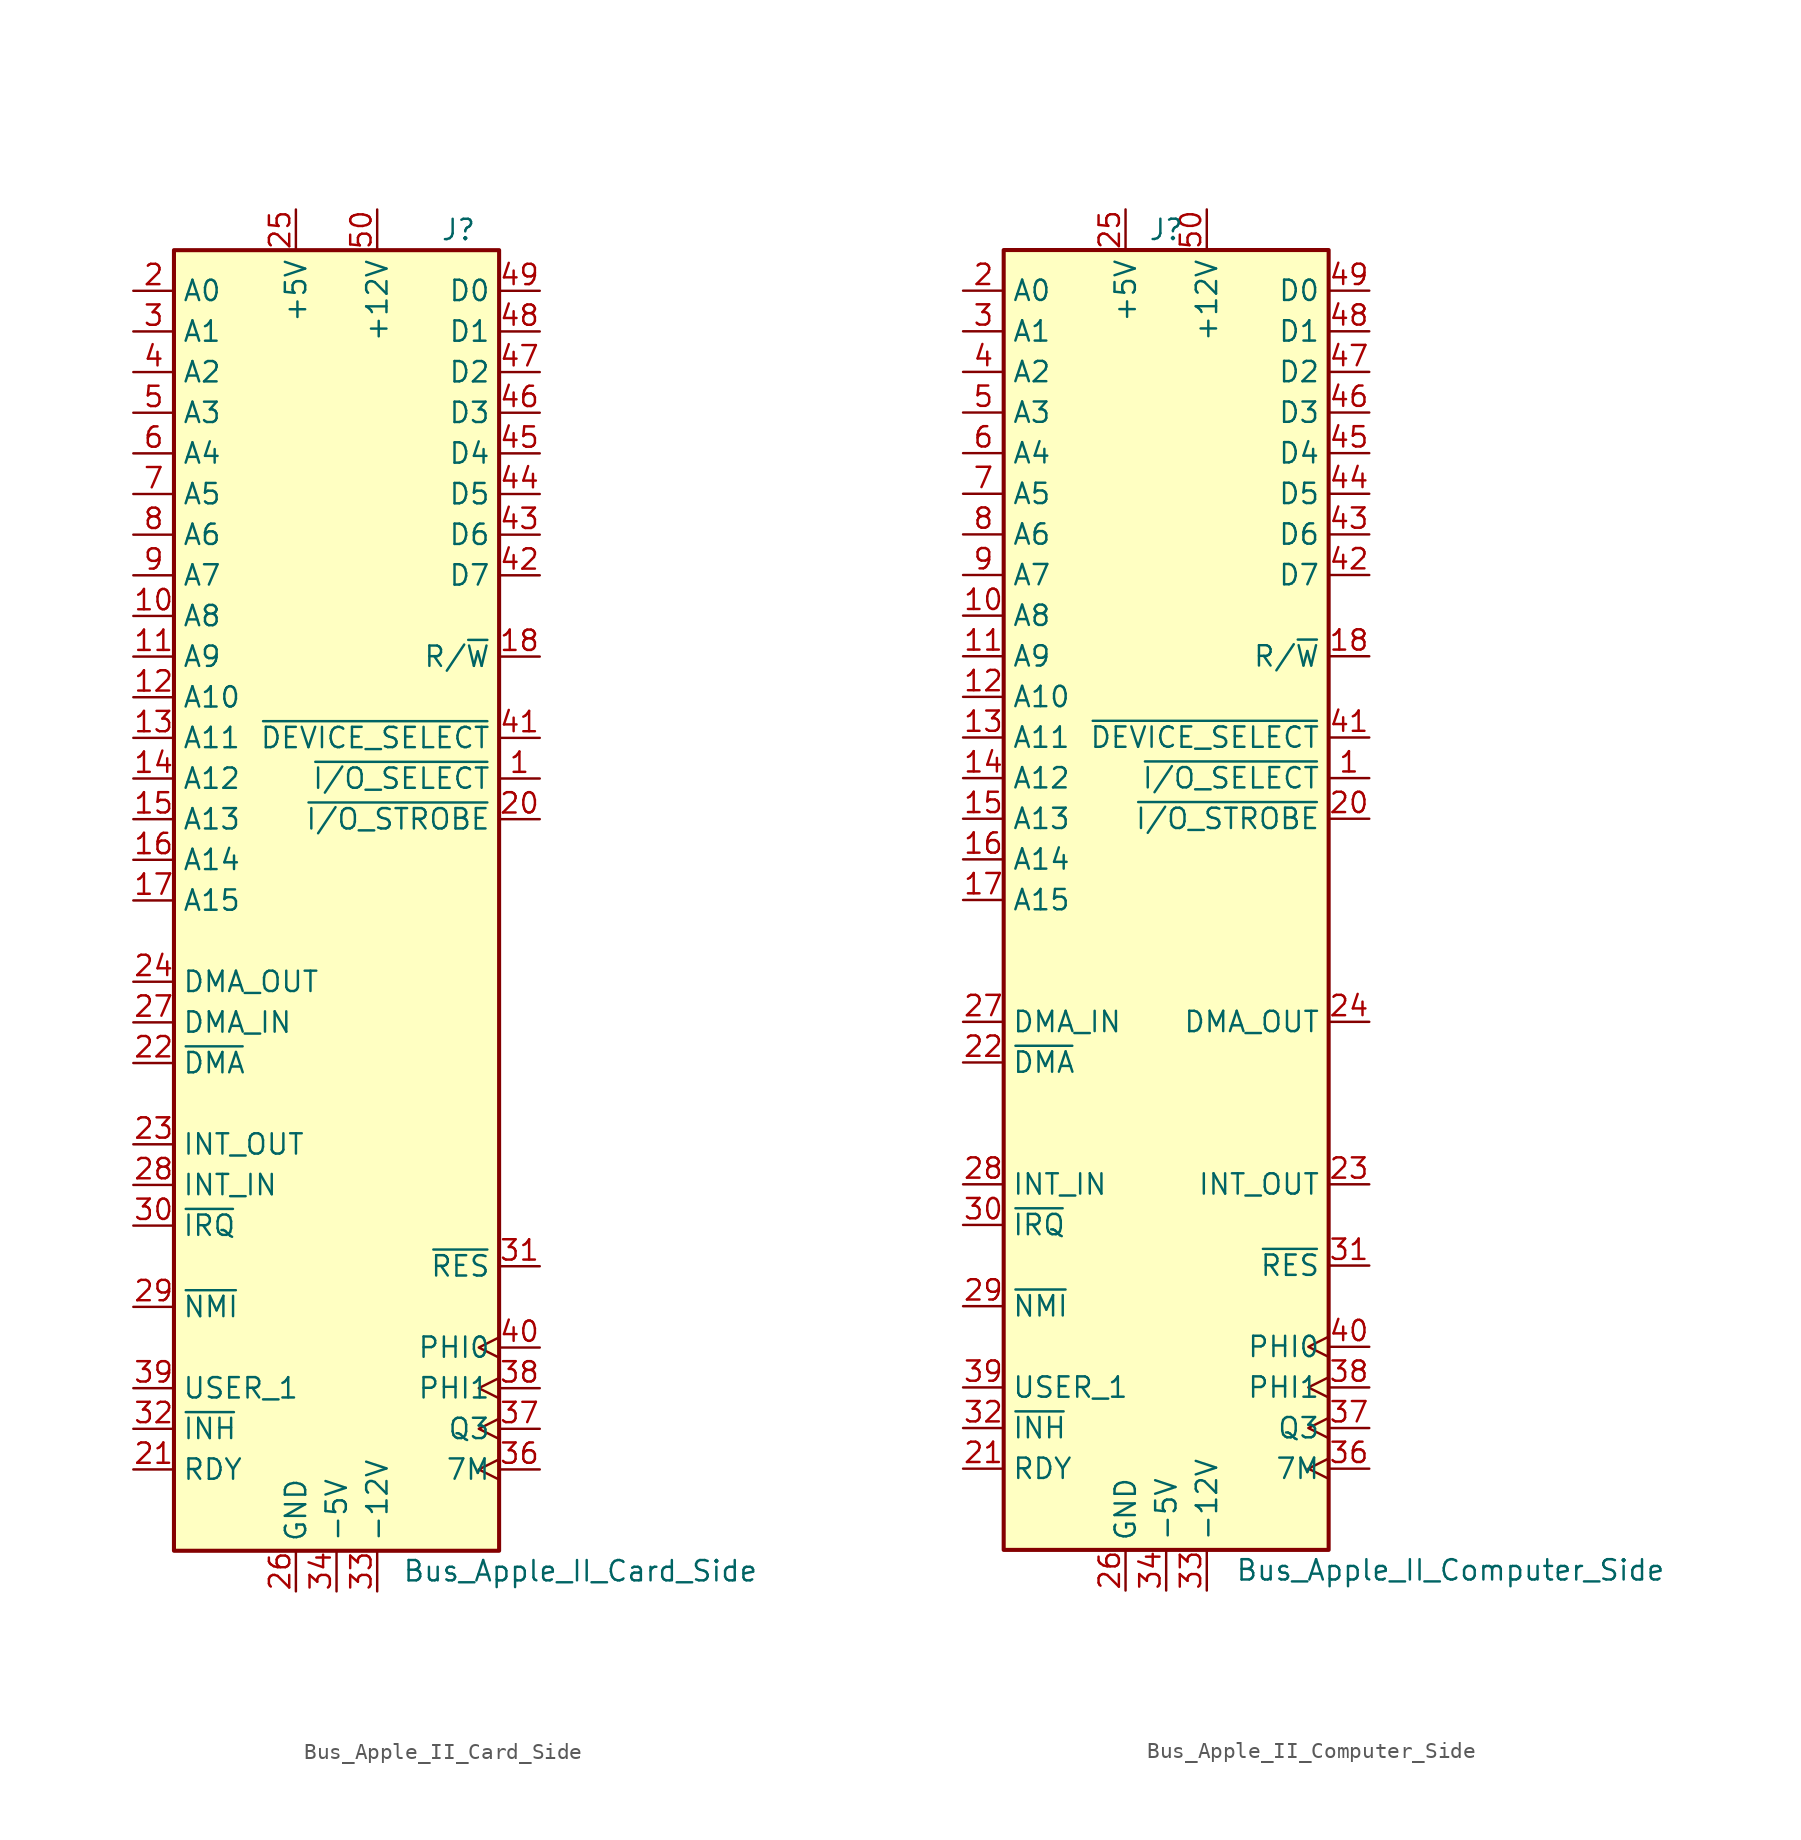
<source format=kicad_sym>
(kicad_symbol_lib
  (version 20211014)
  (generator kicad_symbol_editor)
  (symbol "Bus_Apple_II_Card_Side"
    (property "Reference" "J"
      (at 7.62 41.91 0)
      (effects (font (size 1.27 1.27))))
    (property "Value" "Bus_Apple_II_Card_Side"
      (at 15.24 -41.91 0)
      (effects (font (size 1.27 1.27))))
    (symbol "Bus_Apple_II_Card_Side_0_1"
      (rectangle (start -10.16 40.64) (end 10.16 -40.64) (stroke (width 0.254) (type default) (color 0 0 0 0)) (fill (type background))))
    (symbol "Bus_Apple_II_Card_Side_1_1"
      (pin output line (at 12.7 7.62 180) (length 2.54) (name "~{I/O_SELECT}" (effects (font (size 1.27 1.27)))) (number "1" (effects (font (size 1.27 1.27)))))
      (pin bidirectional line (at -12.7 17.78 0) (length 2.54) (name "A8" (effects (font (size 1.27 1.27)))) (number "10" (effects (font (size 1.27 1.27)))))
      (pin bidirectional line (at -12.7 15.24 0) (length 2.54) (name "A9" (effects (font (size 1.27 1.27)))) (number "11" (effects (font (size 1.27 1.27)))))
      (pin bidirectional line (at -12.7 12.7 0) (length 2.54) (name "A10" (effects (font (size 1.27 1.27)))) (number "12" (effects (font (size 1.27 1.27)))))
      (pin bidirectional line (at -12.7 10.16 0) (length 2.54) (name "A11" (effects (font (size 1.27 1.27)))) (number "13" (effects (font (size 1.27 1.27)))))
      (pin bidirectional line (at -12.7 7.62 0) (length 2.54) (name "A12" (effects (font (size 1.27 1.27)))) (number "14" (effects (font (size 1.27 1.27)))))
      (pin bidirectional line (at -12.7 5.08 0) (length 2.54) (name "A13" (effects (font (size 1.27 1.27)))) (number "15" (effects (font (size 1.27 1.27)))))
      (pin bidirectional line (at -12.7 2.54 0) (length 2.54) (name "A14" (effects (font (size 1.27 1.27)))) (number "16" (effects (font (size 1.27 1.27)))))
      (pin bidirectional line (at -12.7 0 0) (length 2.54) (name "A15" (effects (font (size 1.27 1.27)))) (number "17" (effects (font (size 1.27 1.27)))))
      (pin bidirectional line (at 12.7 15.24 180) (length 2.54) (name "R/~{W}" (effects (font (size 1.27 1.27)))) (number "18" (effects (font (size 1.27 1.27)))))
      (pin no_connect line (at 10.16 2.54 180) (length 2.54) hide (name "N.C." (effects (font (size 1.27 1.27)))) (number "19" (effects (font (size 1.27 1.27)))))
      (pin bidirectional line (at -12.7 38.1 0) (length 2.54) (name "A0" (effects (font (size 1.27 1.27)))) (number "2" (effects (font (size 1.27 1.27)))))
      (pin output line (at 12.7 5.08 180) (length 2.54) (name "~{I/O_STROBE}" (effects (font (size 1.27 1.27)))) (number "20" (effects (font (size 1.27 1.27)))))
      (pin input line (at -12.7 -35.56 0) (length 2.54) (name "RDY" (effects (font (size 1.27 1.27)))) (number "21" (effects (font (size 1.27 1.27)))))
      (pin input line (at -12.7 -10.16 0) (length 2.54) (name "~{DMA}" (effects (font (size 1.27 1.27)))) (number "22" (effects (font (size 1.27 1.27)))))
      (pin input line (at -12.7 -15.24 0) (length 2.54) (name "INT_OUT" (effects (font (size 1.27 1.27)))) (number "23" (effects (font (size 1.27 1.27)))))
      (pin input line (at -12.7 -5.08 0) (length 2.54) (name "DMA_OUT" (effects (font (size 1.27 1.27)))) (number "24" (effects (font (size 1.27 1.27)))))
      (pin power_out line (at -2.54 43.18 270) (length 2.54) (name "+5V" (effects (font (size 1.27 1.27)))) (number "25" (effects (font (size 1.27 1.27)))))
      (pin power_in line (at -2.54 -43.18 90) (length 2.54) (name "GND" (effects (font (size 1.27 1.27)))) (number "26" (effects (font (size 1.27 1.27)))))
      (pin output line (at -12.7 -7.62 0) (length 2.54) (name "DMA_IN" (effects (font (size 1.27 1.27)))) (number "27" (effects (font (size 1.27 1.27)))))
      (pin output line (at -12.7 -17.78 0) (length 2.54) (name "INT_IN" (effects (font (size 1.27 1.27)))) (number "28" (effects (font (size 1.27 1.27)))))
      (pin input line (at -12.7 -25.4 0) (length 2.54) (name "~{NMI}" (effects (font (size 1.27 1.27)))) (number "29" (effects (font (size 1.27 1.27)))))
      (pin bidirectional line (at -12.7 35.56 0) (length 2.54) (name "A1" (effects (font (size 1.27 1.27)))) (number "3" (effects (font (size 1.27 1.27)))))
      (pin input line (at -12.7 -20.32 0) (length 2.54) (name "~{IRQ}" (effects (font (size 1.27 1.27)))) (number "30" (effects (font (size 1.27 1.27)))))
      (pin bidirectional line (at 12.7 -22.86 180) (length 2.54) (name "~{RES}" (effects (font (size 1.27 1.27)))) (number "31" (effects (font (size 1.27 1.27)))))
      (pin input line (at -12.7 -33.02 0) (length 2.54) (name "~{INH}" (effects (font (size 1.27 1.27)))) (number "32" (effects (font (size 1.27 1.27)))))
      (pin power_out line (at 2.54 -43.18 90) (length 2.54) (name "-12V" (effects (font (size 1.27 1.27)))) (number "33" (effects (font (size 1.27 1.27)))))
      (pin power_out line (at 0 -43.18 90) (length 2.54) (name "-5V" (effects (font (size 1.27 1.27)))) (number "34" (effects (font (size 1.27 1.27)))))
      (pin no_connect line (at 10.16 0 180) (length 2.54) hide (name "N.C." (effects (font (size 1.27 1.27)))) (number "35" (effects (font (size 1.27 1.27)))))
      (pin output clock (at 12.7 -35.56 180) (length 2.54) (name "7M" (effects (font (size 1.27 1.27)))) (number "36" (effects (font (size 1.27 1.27)))))
      (pin output clock (at 12.7 -33.02 180) (length 2.54) (name "Q3" (effects (font (size 1.27 1.27)))) (number "37" (effects (font (size 1.27 1.27)))))
      (pin output clock (at 12.7 -30.48 180) (length 2.54) (name "PHI1" (effects (font (size 1.27 1.27)))) (number "38" (effects (font (size 1.27 1.27)))))
      (pin input line (at -12.7 -30.48 0) (length 2.54) (name "USER_1" (effects (font (size 1.27 1.27)))) (number "39" (effects (font (size 1.27 1.27)))))
      (pin bidirectional line (at -12.7 33.02 0) (length 2.54) (name "A2" (effects (font (size 1.27 1.27)))) (number "4" (effects (font (size 1.27 1.27)))))
      (pin output clock (at 12.7 -27.94 180) (length 2.54) (name "PHI0" (effects (font (size 1.27 1.27)))) (number "40" (effects (font (size 1.27 1.27)))))
      (pin output line (at 12.7 10.16 180) (length 2.54) (name "~{DEVICE_SELECT}" (effects (font (size 1.27 1.27)))) (number "41" (effects (font (size 1.27 1.27)))))
      (pin bidirectional line (at 12.7 20.32 180) (length 2.54) (name "D7" (effects (font (size 1.27 1.27)))) (number "42" (effects (font (size 1.27 1.27)))))
      (pin bidirectional line (at 12.7 22.86 180) (length 2.54) (name "D6" (effects (font (size 1.27 1.27)))) (number "43" (effects (font (size 1.27 1.27)))))
      (pin bidirectional line (at 12.7 25.4 180) (length 2.54) (name "D5" (effects (font (size 1.27 1.27)))) (number "44" (effects (font (size 1.27 1.27)))))
      (pin bidirectional line (at 12.7 27.94 180) (length 2.54) (name "D4" (effects (font (size 1.27 1.27)))) (number "45" (effects (font (size 1.27 1.27)))))
      (pin bidirectional line (at 12.7 30.48 180) (length 2.54) (name "D3" (effects (font (size 1.27 1.27)))) (number "46" (effects (font (size 1.27 1.27)))))
      (pin bidirectional line (at 12.7 33.02 180) (length 2.54) (name "D2" (effects (font (size 1.27 1.27)))) (number "47" (effects (font (size 1.27 1.27)))))
      (pin bidirectional line (at 12.7 35.56 180) (length 2.54) (name "D1" (effects (font (size 1.27 1.27)))) (number "48" (effects (font (size 1.27 1.27)))))
      (pin bidirectional line (at 12.7 38.1 180) (length 2.54) (name "D0" (effects (font (size 1.27 1.27)))) (number "49" (effects (font (size 1.27 1.27)))))
      (pin bidirectional line (at -12.7 30.48 0) (length 2.54) (name "A3" (effects (font (size 1.27 1.27)))) (number "5" (effects (font (size 1.27 1.27)))))
      (pin power_out line (at 2.54 43.18 270) (length 2.54) (name "+12V" (effects (font (size 1.27 1.27)))) (number "50" (effects (font (size 1.27 1.27)))))
      (pin bidirectional line (at -12.7 27.94 0) (length 2.54) (name "A4" (effects (font (size 1.27 1.27)))) (number "6" (effects (font (size 1.27 1.27)))))
      (pin bidirectional line (at -12.7 25.4 0) (length 2.54) (name "A5" (effects (font (size 1.27 1.27)))) (number "7" (effects (font (size 1.27 1.27)))))
      (pin bidirectional line (at -12.7 22.86 0) (length 2.54) (name "A6" (effects (font (size 1.27 1.27)))) (number "8" (effects (font (size 1.27 1.27)))))
      (pin bidirectional line (at -12.7 20.32 0) (length 2.54) (name "A7" (effects (font (size 1.27 1.27)))) (number "9" (effects (font (size 1.27 1.27)))))))
  (symbol "Bus_Apple_II_Computer_Side"
    (property "Reference" "J"
      (at 0 41.91 0)
      (effects (font (size 1.27 1.27))))
    (property "Value" "Bus_Apple_II_Computer_Side"
      (at 17.78 -41.91 0)
      (effects (font (size 1.27 1.27))))
    (symbol "Bus_Apple_II_Computer_Side_0_1"
      (rectangle (start -10.16 40.64) (end 10.16 -40.64) (stroke (width 0.254) (type default) (color 0 0 0 0)) (fill (type background))))
    (symbol "Bus_Apple_II_Computer_Side_1_1"
      (pin input line (at 12.7 7.62 180) (length 2.54) (name "~{I/O_SELECT}" (effects (font (size 1.27 1.27)))) (number "1" (effects (font (size 1.27 1.27)))))
      (pin bidirectional line (at -12.7 17.78 0) (length 2.54) (name "A8" (effects (font (size 1.27 1.27)))) (number "10" (effects (font (size 1.27 1.27)))))
      (pin bidirectional line (at -12.7 15.24 0) (length 2.54) (name "A9" (effects (font (size 1.27 1.27)))) (number "11" (effects (font (size 1.27 1.27)))))
      (pin bidirectional line (at -12.7 12.7 0) (length 2.54) (name "A10" (effects (font (size 1.27 1.27)))) (number "12" (effects (font (size 1.27 1.27)))))
      (pin bidirectional line (at -12.7 10.16 0) (length 2.54) (name "A11" (effects (font (size 1.27 1.27)))) (number "13" (effects (font (size 1.27 1.27)))))
      (pin bidirectional line (at -12.7 7.62 0) (length 2.54) (name "A12" (effects (font (size 1.27 1.27)))) (number "14" (effects (font (size 1.27 1.27)))))
      (pin bidirectional line (at -12.7 5.08 0) (length 2.54) (name "A13" (effects (font (size 1.27 1.27)))) (number "15" (effects (font (size 1.27 1.27)))))
      (pin bidirectional line (at -12.7 2.54 0) (length 2.54) (name "A14" (effects (font (size 1.27 1.27)))) (number "16" (effects (font (size 1.27 1.27)))))
      (pin bidirectional line (at -12.7 0 0) (length 2.54) (name "A15" (effects (font (size 1.27 1.27)))) (number "17" (effects (font (size 1.27 1.27)))))
      (pin bidirectional line (at 12.7 15.24 180) (length 2.54) (name "R/~{W}" (effects (font (size 1.27 1.27)))) (number "18" (effects (font (size 1.27 1.27)))))
      (pin no_connect line (at 10.16 2.54 180) (length 2.54) hide (name "N.C." (effects (font (size 1.27 1.27)))) (number "19" (effects (font (size 1.27 1.27)))))
      (pin bidirectional line (at -12.7 38.1 0) (length 2.54) (name "A0" (effects (font (size 1.27 1.27)))) (number "2" (effects (font (size 1.27 1.27)))))
      (pin input line (at 12.7 5.08 180) (length 2.54) (name "~{I/O_STROBE}" (effects (font (size 1.27 1.27)))) (number "20" (effects (font (size 1.27 1.27)))))
      (pin open_collector line (at -12.7 -35.56 0) (length 2.54) (name "RDY" (effects (font (size 1.27 1.27)))) (number "21" (effects (font (size 1.27 1.27)))))
      (pin open_collector line (at -12.7 -10.16 0) (length 2.54) (name "~{DMA}" (effects (font (size 1.27 1.27)))) (number "22" (effects (font (size 1.27 1.27)))))
      (pin output line (at 12.7 -17.78 180) (length 2.54) (name "INT_OUT" (effects (font (size 1.27 1.27)))) (number "23" (effects (font (size 1.27 1.27)))))
      (pin output line (at 12.7 -7.62 180) (length 2.54) (name "DMA_OUT" (effects (font (size 1.27 1.27)))) (number "24" (effects (font (size 1.27 1.27)))))
      (pin power_in line (at -2.54 43.18 270) (length 2.54) (name "+5V" (effects (font (size 1.27 1.27)))) (number "25" (effects (font (size 1.27 1.27)))))
      (pin power_in line (at -2.54 -43.18 90) (length 2.54) (name "GND" (effects (font (size 1.27 1.27)))) (number "26" (effects (font (size 1.27 1.27)))))
      (pin input line (at -12.7 -7.62 0) (length 2.54) (name "DMA_IN" (effects (font (size 1.27 1.27)))) (number "27" (effects (font (size 1.27 1.27)))))
      (pin input line (at -12.7 -17.78 0) (length 2.54) (name "INT_IN" (effects (font (size 1.27 1.27)))) (number "28" (effects (font (size 1.27 1.27)))))
      (pin open_collector line (at -12.7 -25.4 0) (length 2.54) (name "~{NMI}" (effects (font (size 1.27 1.27)))) (number "29" (effects (font (size 1.27 1.27)))))
      (pin bidirectional line (at -12.7 35.56 0) (length 2.54) (name "A1" (effects (font (size 1.27 1.27)))) (number "3" (effects (font (size 1.27 1.27)))))
      (pin open_collector line (at -12.7 -20.32 0) (length 2.54) (name "~{IRQ}" (effects (font (size 1.27 1.27)))) (number "30" (effects (font (size 1.27 1.27)))))
      (pin bidirectional line (at 12.7 -22.86 180) (length 2.54) (name "~{RES}" (effects (font (size 1.27 1.27)))) (number "31" (effects (font (size 1.27 1.27)))))
      (pin open_collector line (at -12.7 -33.02 0) (length 2.54) (name "~{INH}" (effects (font (size 1.27 1.27)))) (number "32" (effects (font (size 1.27 1.27)))))
      (pin power_in line (at 2.54 -43.18 90) (length 2.54) (name "-12V" (effects (font (size 1.27 1.27)))) (number "33" (effects (font (size 1.27 1.27)))))
      (pin power_in line (at 0 -43.18 90) (length 2.54) (name "-5V" (effects (font (size 1.27 1.27)))) (number "34" (effects (font (size 1.27 1.27)))))
      (pin no_connect line (at 10.16 0 180) (length 2.54) hide (name "N.C." (effects (font (size 1.27 1.27)))) (number "35" (effects (font (size 1.27 1.27)))))
      (pin input clock (at 12.7 -35.56 180) (length 2.54) (name "7M" (effects (font (size 1.27 1.27)))) (number "36" (effects (font (size 1.27 1.27)))))
      (pin input clock (at 12.7 -33.02 180) (length 2.54) (name "Q3" (effects (font (size 1.27 1.27)))) (number "37" (effects (font (size 1.27 1.27)))))
      (pin input clock (at 12.7 -30.48 180) (length 2.54) (name "PHI1" (effects (font (size 1.27 1.27)))) (number "38" (effects (font (size 1.27 1.27)))))
      (pin open_collector line (at -12.7 -30.48 0) (length 2.54) (name "USER_1" (effects (font (size 1.27 1.27)))) (number "39" (effects (font (size 1.27 1.27)))))
      (pin bidirectional line (at -12.7 33.02 0) (length 2.54) (name "A2" (effects (font (size 1.27 1.27)))) (number "4" (effects (font (size 1.27 1.27)))))
      (pin input clock (at 12.7 -27.94 180) (length 2.54) (name "PHI0" (effects (font (size 1.27 1.27)))) (number "40" (effects (font (size 1.27 1.27)))))
      (pin input line (at 12.7 10.16 180) (length 2.54) (name "~{DEVICE_SELECT}" (effects (font (size 1.27 1.27)))) (number "41" (effects (font (size 1.27 1.27)))))
      (pin bidirectional line (at 12.7 20.32 180) (length 2.54) (name "D7" (effects (font (size 1.27 1.27)))) (number "42" (effects (font (size 1.27 1.27)))))
      (pin bidirectional line (at 12.7 22.86 180) (length 2.54) (name "D6" (effects (font (size 1.27 1.27)))) (number "43" (effects (font (size 1.27 1.27)))))
      (pin bidirectional line (at 12.7 25.4 180) (length 2.54) (name "D5" (effects (font (size 1.27 1.27)))) (number "44" (effects (font (size 1.27 1.27)))))
      (pin bidirectional line (at 12.7 27.94 180) (length 2.54) (name "D4" (effects (font (size 1.27 1.27)))) (number "45" (effects (font (size 1.27 1.27)))))
      (pin bidirectional line (at 12.7 30.48 180) (length 2.54) (name "D3" (effects (font (size 1.27 1.27)))) (number "46" (effects (font (size 1.27 1.27)))))
      (pin bidirectional line (at 12.7 33.02 180) (length 2.54) (name "D2" (effects (font (size 1.27 1.27)))) (number "47" (effects (font (size 1.27 1.27)))))
      (pin bidirectional line (at 12.7 35.56 180) (length 2.54) (name "D1" (effects (font (size 1.27 1.27)))) (number "48" (effects (font (size 1.27 1.27)))))
      (pin bidirectional line (at 12.7 38.1 180) (length 2.54) (name "D0" (effects (font (size 1.27 1.27)))) (number "49" (effects (font (size 1.27 1.27)))))
      (pin bidirectional line (at -12.7 30.48 0) (length 2.54) (name "A3" (effects (font (size 1.27 1.27)))) (number "5" (effects (font (size 1.27 1.27)))))
      (pin power_in line (at 2.54 43.18 270) (length 2.54) (name "+12V" (effects (font (size 1.27 1.27)))) (number "50" (effects (font (size 1.27 1.27)))))
      (pin bidirectional line (at -12.7 27.94 0) (length 2.54) (name "A4" (effects (font (size 1.27 1.27)))) (number "6" (effects (font (size 1.27 1.27)))))
      (pin bidirectional line (at -12.7 25.4 0) (length 2.54) (name "A5" (effects (font (size 1.27 1.27)))) (number "7" (effects (font (size 1.27 1.27)))))
      (pin bidirectional line (at -12.7 22.86 0) (length 2.54) (name "A6" (effects (font (size 1.27 1.27)))) (number "8" (effects (font (size 1.27 1.27)))))
      (pin bidirectional line (at -12.7 20.32 0) (length 2.54) (name "A7" (effects (font (size 1.27 1.27)))) (number "9" (effects (font (size 1.27 1.27))))))))
</source>
